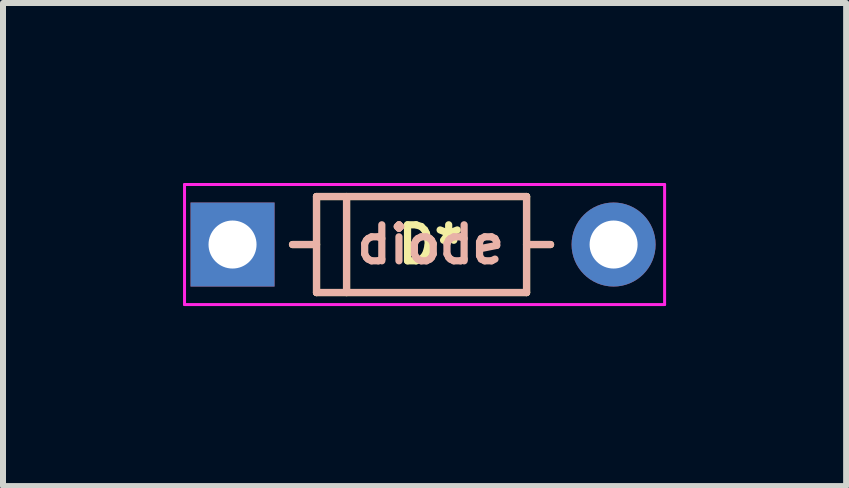
<source format=kicad_pcb>
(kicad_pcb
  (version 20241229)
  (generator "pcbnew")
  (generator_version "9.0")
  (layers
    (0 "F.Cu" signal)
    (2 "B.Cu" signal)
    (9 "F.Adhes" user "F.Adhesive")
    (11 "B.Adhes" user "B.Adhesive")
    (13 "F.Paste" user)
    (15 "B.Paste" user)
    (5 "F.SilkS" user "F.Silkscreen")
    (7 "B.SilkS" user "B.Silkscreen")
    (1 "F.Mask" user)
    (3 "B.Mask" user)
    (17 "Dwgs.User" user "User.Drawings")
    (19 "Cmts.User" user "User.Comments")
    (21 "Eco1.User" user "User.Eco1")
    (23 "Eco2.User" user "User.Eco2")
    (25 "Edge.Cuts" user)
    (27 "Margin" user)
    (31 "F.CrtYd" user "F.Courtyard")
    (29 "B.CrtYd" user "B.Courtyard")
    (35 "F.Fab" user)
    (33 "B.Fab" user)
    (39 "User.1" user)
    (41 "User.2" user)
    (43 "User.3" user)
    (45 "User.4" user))
  (footprint "diode"
    (layer "F.Cu")
    (at 0.825 1.025)
    (property "Reference" "diode" (at 3.302 0 0) (layer "B.SilkS") (effects (font (size 0.6 0.6) (thickness 0.12))))
    (attr through_hole)
    (fp_line (start 1.4 -0.8) (end 4.9 -0.8) (stroke (width 0.12) (type solid)) (layer "F.SilkS"))
    (fp_line (start 1.4 0) (end 1 0) (stroke (width 0.12) (type solid)) (layer "F.SilkS"))
    (fp_line (start 1.4 0.8) (end 1.4 -0.8) (stroke (width 0.12) (type solid)) (layer "F.SilkS"))
    (fp_line (start 1.9 -0.8) (end 1.9 0.8) (stroke (width 0.12) (type solid)) (layer "F.SilkS"))
    (fp_line (start 4.9 -0.8) (end 4.9 0.8) (stroke (width 0.12) (type solid)) (layer "F.SilkS"))
    (fp_line (start 4.9 0) (end 5.3 0) (stroke (width 0.12) (type solid)) (layer "F.SilkS"))
    (fp_line (start 4.9 0.8) (end 1.4 0.8) (stroke (width 0.12) (type solid)) (layer "F.SilkS"))
    (fp_line (start 1.399 -0.8) (end 1.399 0.8) (stroke (width 0.12) (type solid)) (layer "B.SilkS"))
    (fp_line (start 1.399 0) (end 0.999 0) (stroke (width 0.12) (type solid)) (layer "B.SilkS"))
    (fp_line (start 1.399 0.8) (end 4.899 0.8) (stroke (width 0.12) (type solid)) (layer "B.SilkS"))
    (fp_line (start 1.9 -0.8) (end 1.9 0.8) (stroke (width 0.12) (type solid)) (layer "B.SilkS"))
    (fp_line (start 4.899 -0.8) (end 1.399 -0.8) (stroke (width 0.12) (type solid)) (layer "B.SilkS"))
    (fp_line (start 4.899 0) (end 5.299 0) (stroke (width 0.12) (type solid)) (layer "B.SilkS"))
    (fp_line (start 4.899 0.8) (end 4.899 -0.8) (stroke (width 0.12) (type solid)) (layer "B.SilkS"))
    (fp_line (start -0.8 -1) (end -0.8 1) (stroke (width 0.05) (type solid)) (layer "F.CrtYd"))
    (fp_line (start -0.8 1) (end 7.2 1) (stroke (width 0.05) (type solid)) (layer "F.CrtYd"))
    (fp_line (start 7.2 -1) (end -0.8 -1) (stroke (width 0.05) (type solid)) (layer "F.CrtYd"))
    (fp_line (start 7.2 1) (end 7.2 -1) (stroke (width 0.05) (type solid)) (layer "F.CrtYd"))
    (fp_text user "D*" (at 3.302 0 0) (layer "F.SilkS") (effects (font (size 0.6 0.6) (thickness 0.12))))
    (pad "1" thru_hole rect (at 0 0) (size 1.4 1.4) (drill 0.8) (layers "*.Cu" "*.Mask"))
    (pad "2" thru_hole circle (at 6.35 0) (size 1.4 1.4) (drill 0.8) (layers "*.Cu" "*.Mask")))
  (gr_rect
    (start -3 -3)
    (end 11.05 5.05)
    (stroke (width 0.1) (type default))
    (fill no)
    (layer "Edge.Cuts")))
</source>
